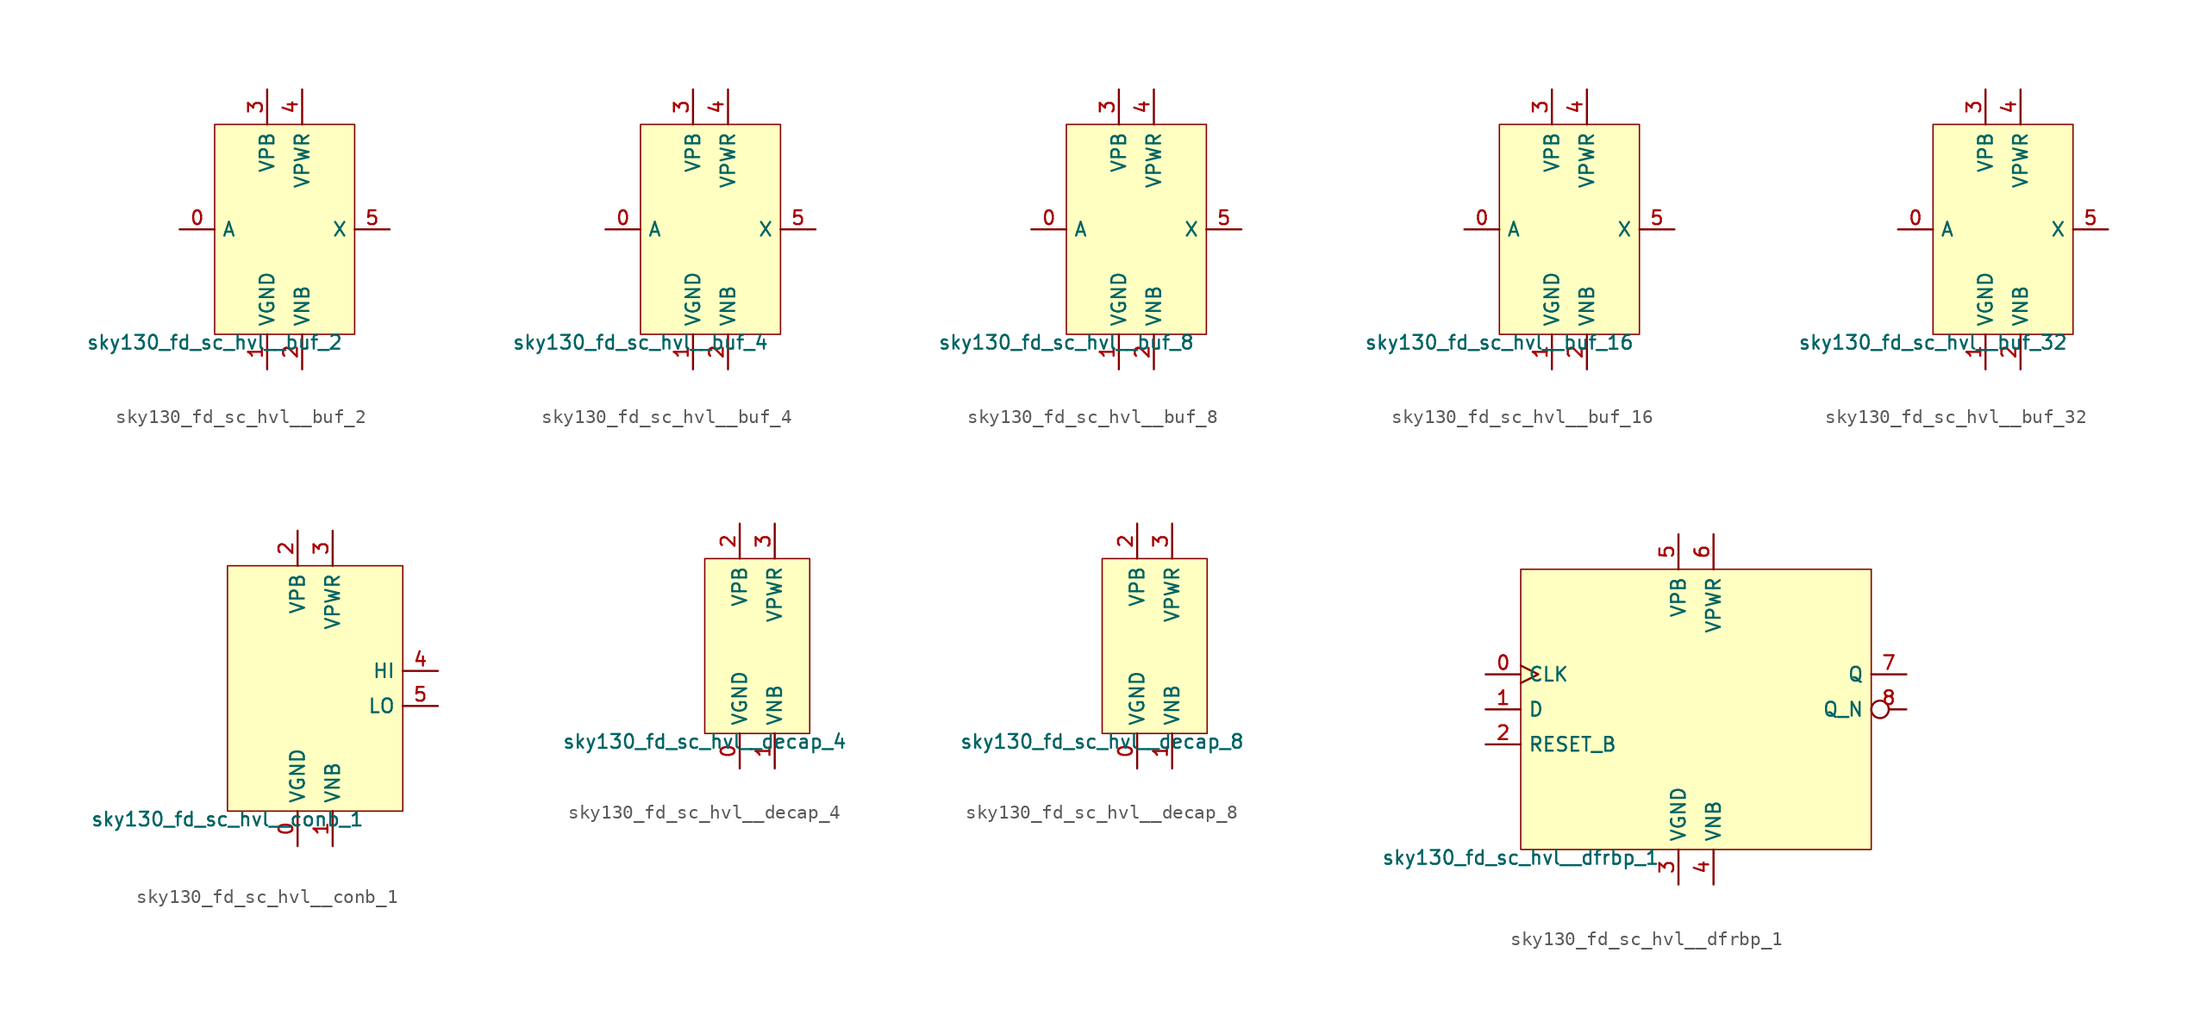
<source format=kicad_sym>
(kicad_symbol_lib
  (version 20211014)
  (generator lef2kicad_sym)
  (symbol "sky130_fd_sc_hvl__buf_2"
    (property "Reference" "X"
      (at 0 0 0)
      (effects (font (size 1 1)) hide))
    (property "Value" "sky130_fd_sc_hvl__buf_2"
      (at -5.08 -7.62 0)
      (effects (font (size 1 1)) (justify top)))
    (rectangle
      (start -5.08 -7.62)
      (end 5.08 7.62)
      (stroke (width 0.1) (type solid) (color 0 0 0 0))
      (fill (type background)))
    (pin input line
      (at -7.62 0.0 0)
      (length 2.54)
      (name "A" (effects (font (size 1 1)) hide))
      (number "0" (effects (font (size 1 1)) hide)))
    (pin power_in line
      (at -1.27 -10.16 90)
      (length 2.54)
      (name "VGND" (effects (font (size 1 1)) hide))
      (number "1" (effects (font (size 1 1)) hide)))
    (pin power_in line
      (at 1.27 -10.16 90)
      (length 2.54)
      (name "VNB" (effects (font (size 1 1)) hide))
      (number "2" (effects (font (size 1 1)) hide)))
    (pin power_in line
      (at -1.27 10.16 270)
      (length 2.54)
      (name "VPB" (effects (font (size 1 1)) hide))
      (number "3" (effects (font (size 1 1)) hide)))
    (pin power_in line
      (at 1.27 10.16 270)
      (length 2.54)
      (name "VPWR" (effects (font (size 1 1)) hide))
      (number "4" (effects (font (size 1 1)) hide)))
    (pin output line
      (at 7.62 0.0 180)
      (length 2.54)
      (name "X" (effects (font (size 1 1)) hide))
      (number "5" (effects (font (size 1 1)) hide))))
  (symbol "sky130_fd_sc_hvl__buf_4"
    (property "Reference" "X"
      (at 0 0 0)
      (effects (font (size 1 1)) hide))
    (property "Value" "sky130_fd_sc_hvl__buf_4"
      (at -5.08 -7.62 0)
      (effects (font (size 1 1)) (justify top)))
    (rectangle
      (start -5.08 -7.62)
      (end 5.08 7.62)
      (stroke (width 0.1) (type solid) (color 0 0 0 0))
      (fill (type background)))
    (pin input line
      (at -7.62 0.0 0)
      (length 2.54)
      (name "A" (effects (font (size 1 1)) hide))
      (number "0" (effects (font (size 1 1)) hide)))
    (pin power_in line
      (at -1.27 -10.16 90)
      (length 2.54)
      (name "VGND" (effects (font (size 1 1)) hide))
      (number "1" (effects (font (size 1 1)) hide)))
    (pin power_in line
      (at 1.27 -10.16 90)
      (length 2.54)
      (name "VNB" (effects (font (size 1 1)) hide))
      (number "2" (effects (font (size 1 1)) hide)))
    (pin power_in line
      (at -1.27 10.16 270)
      (length 2.54)
      (name "VPB" (effects (font (size 1 1)) hide))
      (number "3" (effects (font (size 1 1)) hide)))
    (pin power_in line
      (at 1.27 10.16 270)
      (length 2.54)
      (name "VPWR" (effects (font (size 1 1)) hide))
      (number "4" (effects (font (size 1 1)) hide)))
    (pin output line
      (at 7.62 0.0 180)
      (length 2.54)
      (name "X" (effects (font (size 1 1)) hide))
      (number "5" (effects (font (size 1 1)) hide))))
  (symbol "sky130_fd_sc_hvl__buf_8"
    (property "Reference" "X"
      (at 0 0 0)
      (effects (font (size 1 1)) hide))
    (property "Value" "sky130_fd_sc_hvl__buf_8"
      (at -5.08 -7.62 0)
      (effects (font (size 1 1)) (justify top)))
    (rectangle
      (start -5.08 -7.62)
      (end 5.08 7.62)
      (stroke (width 0.1) (type solid) (color 0 0 0 0))
      (fill (type background)))
    (pin input line
      (at -7.62 0.0 0)
      (length 2.54)
      (name "A" (effects (font (size 1 1)) hide))
      (number "0" (effects (font (size 1 1)) hide)))
    (pin power_in line
      (at -1.27 -10.16 90)
      (length 2.54)
      (name "VGND" (effects (font (size 1 1)) hide))
      (number "1" (effects (font (size 1 1)) hide)))
    (pin power_in line
      (at 1.27 -10.16 90)
      (length 2.54)
      (name "VNB" (effects (font (size 1 1)) hide))
      (number "2" (effects (font (size 1 1)) hide)))
    (pin power_in line
      (at -1.27 10.16 270)
      (length 2.54)
      (name "VPB" (effects (font (size 1 1)) hide))
      (number "3" (effects (font (size 1 1)) hide)))
    (pin power_in line
      (at 1.27 10.16 270)
      (length 2.54)
      (name "VPWR" (effects (font (size 1 1)) hide))
      (number "4" (effects (font (size 1 1)) hide)))
    (pin output line
      (at 7.62 0.0 180)
      (length 2.54)
      (name "X" (effects (font (size 1 1)) hide))
      (number "5" (effects (font (size 1 1)) hide))))
  (symbol "sky130_fd_sc_hvl__buf_16"
    (property "Reference" "X"
      (at 0 0 0)
      (effects (font (size 1 1)) hide))
    (property "Value" "sky130_fd_sc_hvl__buf_16"
      (at -5.08 -7.62 0)
      (effects (font (size 1 1)) (justify top)))
    (rectangle
      (start -5.08 -7.62)
      (end 5.08 7.62)
      (stroke (width 0.1) (type solid) (color 0 0 0 0))
      (fill (type background)))
    (pin input line
      (at -7.62 0.0 0)
      (length 2.54)
      (name "A" (effects (font (size 1 1)) hide))
      (number "0" (effects (font (size 1 1)) hide)))
    (pin power_in line
      (at -1.27 -10.16 90)
      (length 2.54)
      (name "VGND" (effects (font (size 1 1)) hide))
      (number "1" (effects (font (size 1 1)) hide)))
    (pin power_in line
      (at 1.27 -10.16 90)
      (length 2.54)
      (name "VNB" (effects (font (size 1 1)) hide))
      (number "2" (effects (font (size 1 1)) hide)))
    (pin power_in line
      (at -1.27 10.16 270)
      (length 2.54)
      (name "VPB" (effects (font (size 1 1)) hide))
      (number "3" (effects (font (size 1 1)) hide)))
    (pin power_in line
      (at 1.27 10.16 270)
      (length 2.54)
      (name "VPWR" (effects (font (size 1 1)) hide))
      (number "4" (effects (font (size 1 1)) hide)))
    (pin output line
      (at 7.62 0.0 180)
      (length 2.54)
      (name "X" (effects (font (size 1 1)) hide))
      (number "5" (effects (font (size 1 1)) hide))))
  (symbol "sky130_fd_sc_hvl__buf_32"
    (property "Reference" "X"
      (at 0 0 0)
      (effects (font (size 1 1)) hide))
    (property "Value" "sky130_fd_sc_hvl__buf_32"
      (at -5.08 -7.62 0)
      (effects (font (size 1 1)) (justify top)))
    (rectangle
      (start -5.08 -7.62)
      (end 5.08 7.62)
      (stroke (width 0.1) (type solid) (color 0 0 0 0))
      (fill (type background)))
    (pin input line
      (at -7.62 0.0 0)
      (length 2.54)
      (name "A" (effects (font (size 1 1)) hide))
      (number "0" (effects (font (size 1 1)) hide)))
    (pin power_in line
      (at -1.27 -10.16 90)
      (length 2.54)
      (name "VGND" (effects (font (size 1 1)) hide))
      (number "1" (effects (font (size 1 1)) hide)))
    (pin power_in line
      (at 1.27 -10.16 90)
      (length 2.54)
      (name "VNB" (effects (font (size 1 1)) hide))
      (number "2" (effects (font (size 1 1)) hide)))
    (pin power_in line
      (at -1.27 10.16 270)
      (length 2.54)
      (name "VPB" (effects (font (size 1 1)) hide))
      (number "3" (effects (font (size 1 1)) hide)))
    (pin power_in line
      (at 1.27 10.16 270)
      (length 2.54)
      (name "VPWR" (effects (font (size 1 1)) hide))
      (number "4" (effects (font (size 1 1)) hide)))
    (pin output line
      (at 7.62 0.0 180)
      (length 2.54)
      (name "X" (effects (font (size 1 1)) hide))
      (number "5" (effects (font (size 1 1)) hide))))
  (symbol "sky130_fd_sc_hvl__conb_1"
    (property "Reference" "X"
      (at 0 0 0)
      (effects (font (size 1 1)) hide))
    (property "Value" "sky130_fd_sc_hvl__conb_1"
      (at -6.35 -8.89 0)
      (effects (font (size 1 1)) (justify top)))
    (rectangle
      (start -6.35 -8.89)
      (end 6.35 8.89)
      (stroke (width 0.1) (type solid) (color 0 0 0 0))
      (fill (type background)))
    (pin power_in line
      (at -1.27 -11.43 90)
      (length 2.54)
      (name "VGND" (effects (font (size 1 1)) hide))
      (number "0" (effects (font (size 1 1)) hide)))
    (pin power_in line
      (at 1.27 -11.43 90)
      (length 2.54)
      (name "VNB" (effects (font (size 1 1)) hide))
      (number "1" (effects (font (size 1 1)) hide)))
    (pin power_in line
      (at -1.27 11.43 270)
      (length 2.54)
      (name "VPB" (effects (font (size 1 1)) hide))
      (number "2" (effects (font (size 1 1)) hide)))
    (pin power_in line
      (at 1.27 11.43 270)
      (length 2.54)
      (name "VPWR" (effects (font (size 1 1)) hide))
      (number "3" (effects (font (size 1 1)) hide)))
    (pin output line
      (at 8.89 1.27 180)
      (length 2.54)
      (name "HI" (effects (font (size 1 1)) hide))
      (number "4" (effects (font (size 1 1)) hide)))
    (pin output line
      (at 8.89 -1.27 180)
      (length 2.54)
      (name "LO" (effects (font (size 1 1)) hide))
      (number "5" (effects (font (size 1 1)) hide))))
  (symbol "sky130_fd_sc_hvl__decap_4"
    (property "Reference" "X"
      (at 0 0 0)
      (effects (font (size 1 1)) hide))
    (property "Value" "sky130_fd_sc_hvl__decap_4"
      (at -3.81 -6.35 0)
      (effects (font (size 1 1)) (justify top)))
    (rectangle
      (start -3.81 -6.35)
      (end 3.81 6.35)
      (stroke (width 0.1) (type solid) (color 0 0 0 0))
      (fill (type background)))
    (pin power_in line
      (at -1.27 -8.89 90)
      (length 2.54)
      (name "VGND" (effects (font (size 1 1)) hide))
      (number "0" (effects (font (size 1 1)) hide)))
    (pin power_in line
      (at 1.27 -8.89 90)
      (length 2.54)
      (name "VNB" (effects (font (size 1 1)) hide))
      (number "1" (effects (font (size 1 1)) hide)))
    (pin power_in line
      (at -1.27 8.89 270)
      (length 2.54)
      (name "VPB" (effects (font (size 1 1)) hide))
      (number "2" (effects (font (size 1 1)) hide)))
    (pin power_in line
      (at 1.27 8.89 270)
      (length 2.54)
      (name "VPWR" (effects (font (size 1 1)) hide))
      (number "3" (effects (font (size 1 1)) hide))))
  (symbol "sky130_fd_sc_hvl__decap_8"
    (property "Reference" "X"
      (at 0 0 0)
      (effects (font (size 1 1)) hide))
    (property "Value" "sky130_fd_sc_hvl__decap_8"
      (at -3.81 -6.35 0)
      (effects (font (size 1 1)) (justify top)))
    (rectangle
      (start -3.81 -6.35)
      (end 3.81 6.35)
      (stroke (width 0.1) (type solid) (color 0 0 0 0))
      (fill (type background)))
    (pin power_in line
      (at -1.27 -8.89 90)
      (length 2.54)
      (name "VGND" (effects (font (size 1 1)) hide))
      (number "0" (effects (font (size 1 1)) hide)))
    (pin power_in line
      (at 1.27 -8.89 90)
      (length 2.54)
      (name "VNB" (effects (font (size 1 1)) hide))
      (number "1" (effects (font (size 1 1)) hide)))
    (pin power_in line
      (at -1.27 8.89 270)
      (length 2.54)
      (name "VPB" (effects (font (size 1 1)) hide))
      (number "2" (effects (font (size 1 1)) hide)))
    (pin power_in line
      (at 1.27 8.89 270)
      (length 2.54)
      (name "VPWR" (effects (font (size 1 1)) hide))
      (number "3" (effects (font (size 1 1)) hide))))
  (symbol "sky130_fd_sc_hvl__dfrbp_1"
    (property "Reference" "X"
      (at 0 0 0)
      (effects (font (size 1 1)) hide))
    (property "Value" "sky130_fd_sc_hvl__dfrbp_1"
      (at -12.7 -10.16 0)
      (effects (font (size 1 1)) (justify top)))
    (rectangle
      (start -12.7 -10.16)
      (end 12.7 10.16)
      (stroke (width 0.1) (type solid) (color 0 0 0 0))
      (fill (type background)))
    (pin input clock
      (at -15.24 2.54 0)
      (length 2.54)
      (name "CLK" (effects (font (size 1 1)) hide))
      (number "0" (effects (font (size 1 1)) hide)))
    (pin input line
      (at -15.24 0.0 0)
      (length 2.54)
      (name "D" (effects (font (size 1 1)) hide))
      (number "1" (effects (font (size 1 1)) hide)))
    (pin input line
      (at -15.24 -2.54 0)
      (length 2.54)
      (name "RESET_B" (effects (font (size 1 1)) hide))
      (number "2" (effects (font (size 1 1)) hide)))
    (pin power_in line
      (at -1.27 -12.7 90)
      (length 2.54)
      (name "VGND" (effects (font (size 1 1)) hide))
      (number "3" (effects (font (size 1 1)) hide)))
    (pin power_in line
      (at 1.27 -12.7 90)
      (length 2.54)
      (name "VNB" (effects (font (size 1 1)) hide))
      (number "4" (effects (font (size 1 1)) hide)))
    (pin power_in line
      (at -1.27 12.7 270)
      (length 2.54)
      (name "VPB" (effects (font (size 1 1)) hide))
      (number "5" (effects (font (size 1 1)) hide)))
    (pin power_in line
      (at 1.27 12.7 270)
      (length 2.54)
      (name "VPWR" (effects (font (size 1 1)) hide))
      (number "6" (effects (font (size 1 1)) hide)))
    (pin output line
      (at 15.24 2.54 180)
      (length 2.54)
      (name "Q" (effects (font (size 1 1)) hide))
      (number "7" (effects (font (size 1 1)) hide)))
    (pin output inverted
      (at 15.24 0.0 180)
      (length 2.54)
      (name "Q_N" (effects (font (size 1 1)) hide))
      (number "8" (effects (font (size 1 1)) hide)))))
</source>
